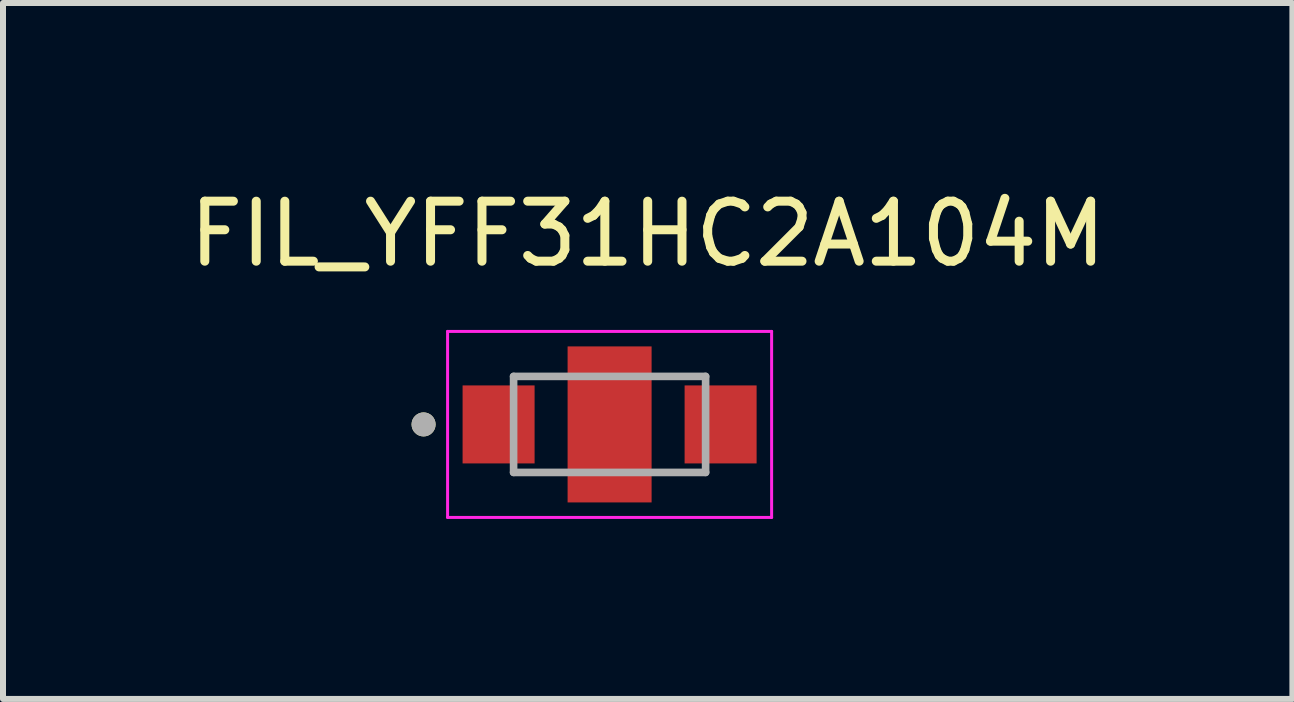
<source format=kicad_pcb>
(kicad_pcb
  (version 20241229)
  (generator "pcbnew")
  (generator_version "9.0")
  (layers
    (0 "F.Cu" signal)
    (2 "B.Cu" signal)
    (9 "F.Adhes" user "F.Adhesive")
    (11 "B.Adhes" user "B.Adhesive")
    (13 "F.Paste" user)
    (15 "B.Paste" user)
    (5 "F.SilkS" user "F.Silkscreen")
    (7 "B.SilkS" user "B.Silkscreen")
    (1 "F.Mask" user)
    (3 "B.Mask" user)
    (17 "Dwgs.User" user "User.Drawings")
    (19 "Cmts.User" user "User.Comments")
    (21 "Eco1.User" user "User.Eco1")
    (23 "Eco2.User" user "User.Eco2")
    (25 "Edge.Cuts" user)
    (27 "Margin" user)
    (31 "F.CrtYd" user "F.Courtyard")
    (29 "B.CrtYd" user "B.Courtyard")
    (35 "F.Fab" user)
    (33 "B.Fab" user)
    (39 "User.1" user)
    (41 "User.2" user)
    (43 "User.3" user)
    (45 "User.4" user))
  (footprint "FIL_YFF31HC2A104M"
    (layer "F.Cu")
    (at 7.109 4.023)
    (property "Reference" "FIL_YFF31HC2A104M" (at 0.635 -3.175 0) (layer "F.SilkS") (effects (font (size 1 1) (thickness 0.15))))
    (attr through_hole)
    (fp_poly (pts (xy -2.45 -0.65) (xy -1.25 -0.65) (xy -1.25 0.65) (xy -2.45 0.65)) (stroke (width 0.01) (type solid)) (fill yes) (layer "F.Mask"))
    (fp_poly (pts (xy -0.7 -1.3) (xy 0.7 -1.3) (xy 0.7 -0.4) (xy -0.7 -0.4)) (stroke (width 0.01) (type solid)) (fill yes) (layer "F.Mask"))
    (fp_poly (pts (xy -0.7 0.4) (xy 0.7 0.4) (xy 0.7 1.3) (xy -0.7 1.3)) (stroke (width 0.01) (type solid)) (fill yes) (layer "F.Mask"))
    (fp_poly (pts (xy 1.25 -0.65) (xy 2.45 -0.65) (xy 2.45 0.65) (xy 1.25 0.65)) (stroke (width 0.01) (type solid)) (fill yes) (layer "F.Mask"))
    (fp_circle (center -3.1 0) (end -3 0) (stroke (width 0.2) (type solid)) (fill no) (layer "F.SilkS"))
    (fp_poly (pts (xy -0.7 -1.3) (xy 0.7 -1.3) (xy 0.7 -0.4) (xy -0.7 -0.4)) (stroke (width 0.01) (type solid)) (fill yes) (layer "F.Paste"))
    (fp_poly (pts (xy -0.7 0.4) (xy 0.7 0.4) (xy 0.7 1.3) (xy -0.7 1.3)) (stroke (width 0.01) (type solid)) (fill yes) (layer "F.Paste"))
    (fp_line (start -2.7 -1.55) (end 2.7 -1.55) (stroke (width 0.05) (type solid)) (layer "F.CrtYd"))
    (fp_line (start -2.7 1.55) (end -2.7 -1.55) (stroke (width 0.05) (type solid)) (layer "F.CrtYd"))
    (fp_line (start 2.7 -1.55) (end 2.7 1.55) (stroke (width 0.05) (type solid)) (layer "F.CrtYd"))
    (fp_line (start 2.7 1.55) (end -2.7 1.55) (stroke (width 0.05) (type solid)) (layer "F.CrtYd"))
    (fp_line (start -1.6 -0.8) (end -1.6 0.8) (stroke (width 0.127) (type solid)) (layer "F.Fab"))
    (fp_line (start -1.6 0.8) (end 1.6 0.8) (stroke (width 0.127) (type solid)) (layer "F.Fab"))
    (fp_line (start 1.6 -0.8) (end -1.6 -0.8) (stroke (width 0.127) (type solid)) (layer "F.Fab"))
    (fp_line (start 1.6 0.8) (end 1.6 -0.8) (stroke (width 0.127) (type solid)) (layer "F.Fab"))
    (fp_circle (center -3.1 0) (end -3 0) (stroke (width 0.2) (type solid)) (fill no) (layer "F.Fab"))
    (pad "1" smd rect (at -1.85 0) (size 1.2 1.3) (layers "F.Cu" "F.Paste"))
    (pad "2_4" smd rect (at 0 0 90) (size 2.6 1.4) (layers "F.Cu"))
    (pad "3" smd rect (at 1.85 0) (size 1.2 1.3) (layers "F.Cu" "F.Paste")))
  (gr_rect
    (start -3 -3)
    (end 18.488 8.598)
    (stroke (width 0.1) (type default))
    (fill no)
    (layer "Edge.Cuts")))
</source>
